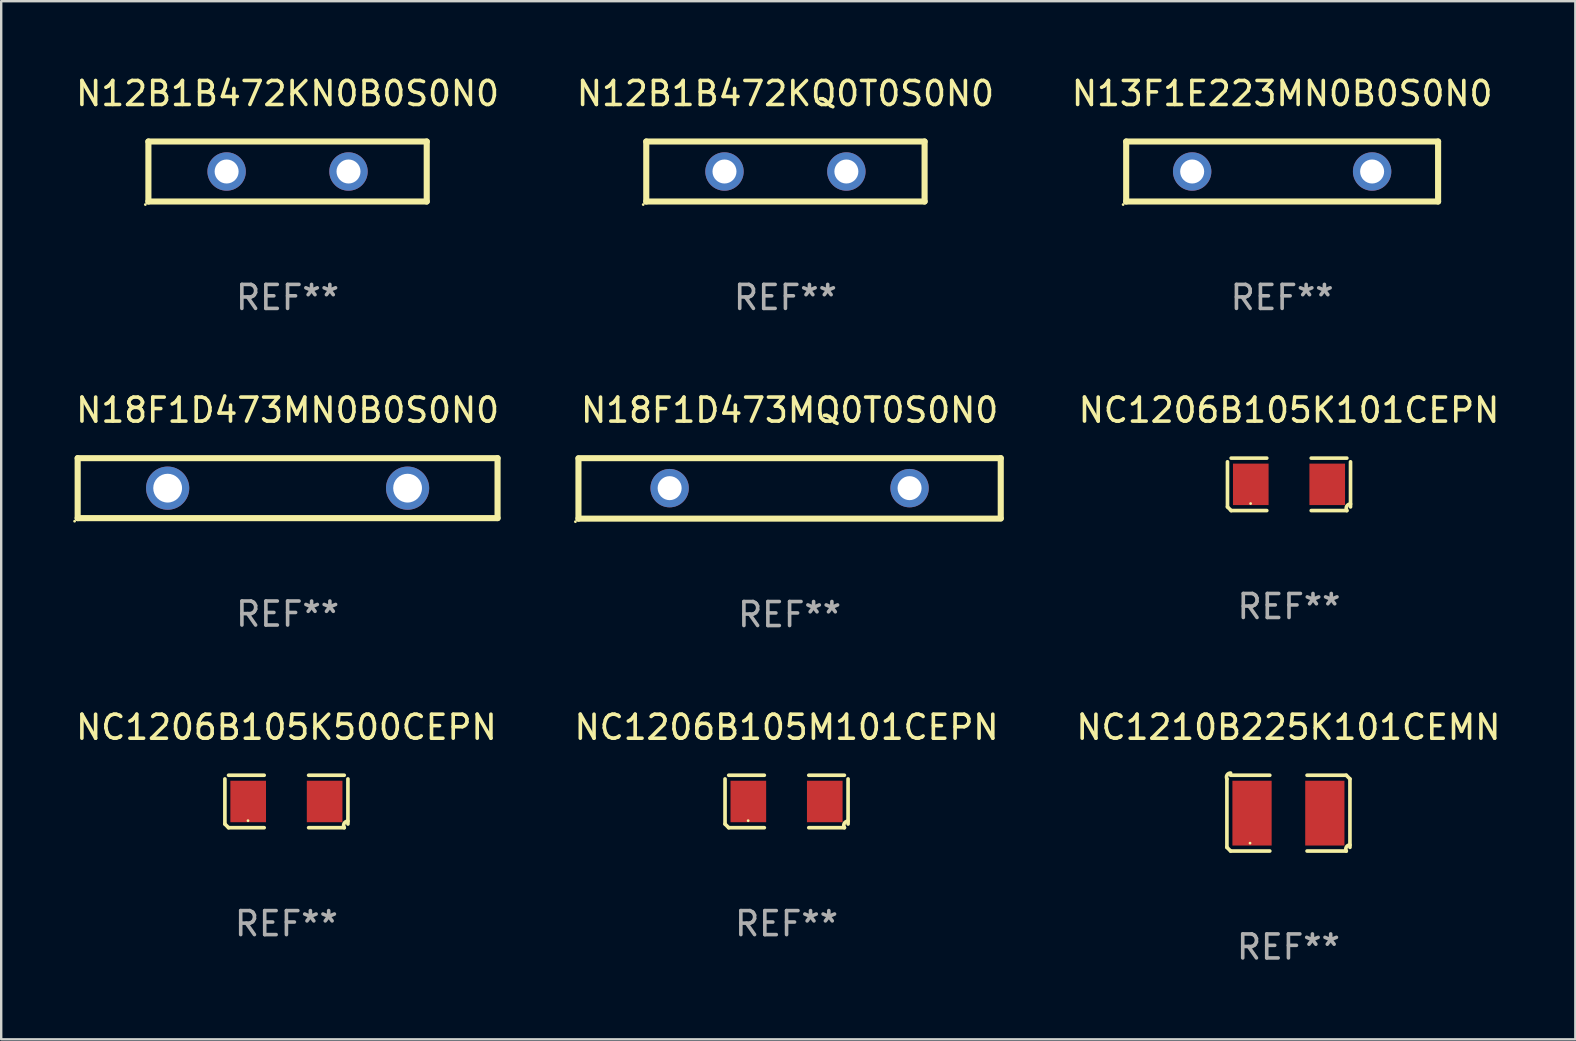
<source format=kicad_pcb>
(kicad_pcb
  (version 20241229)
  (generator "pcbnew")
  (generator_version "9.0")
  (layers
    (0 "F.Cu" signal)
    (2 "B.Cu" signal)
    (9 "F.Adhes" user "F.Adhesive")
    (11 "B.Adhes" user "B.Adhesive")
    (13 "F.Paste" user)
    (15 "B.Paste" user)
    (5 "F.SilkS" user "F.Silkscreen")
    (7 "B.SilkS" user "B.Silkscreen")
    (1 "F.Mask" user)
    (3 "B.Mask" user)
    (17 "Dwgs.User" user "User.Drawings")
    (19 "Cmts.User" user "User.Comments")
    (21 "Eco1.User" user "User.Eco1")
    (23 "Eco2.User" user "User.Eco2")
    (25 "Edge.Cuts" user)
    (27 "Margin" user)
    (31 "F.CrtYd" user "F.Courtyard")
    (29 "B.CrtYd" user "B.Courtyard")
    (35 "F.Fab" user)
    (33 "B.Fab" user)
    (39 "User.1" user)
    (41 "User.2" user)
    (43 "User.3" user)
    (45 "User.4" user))
  (footprint "NC1210B225K101CEMN"
    (layer "F.Cu")
    (at 50.649 30.84)
    (property "Reference" "NC1210B225K101CEMN" (at 0 -3.579 0) (layer "F.SilkS") (effects (font (size 1 1) (thickness 0.15))))
    (attr through_hole)
    (fp_line (start -2.564 1.426) (end -2.564 -1.426) (stroke (width 0.152) (type solid)) (layer "F.SilkS"))
    (fp_line (start -2.411 -1.579) (end -0.776 -1.579) (stroke (width 0.152) (type solid)) (layer "F.SilkS"))
    (fp_line (start -0.776 1.579) (end -2.411 1.579) (stroke (width 0.152) (type solid)) (layer "F.SilkS"))
    (fp_line (start 0.776 1.579) (end 2.411 1.579) (stroke (width 0.152) (type solid)) (layer "F.SilkS"))
    (fp_line (start 2.411 -1.579) (end 0.776 -1.579) (stroke (width 0.152) (type solid)) (layer "F.SilkS"))
    (fp_line (start 2.564 1.426) (end 2.564 -1.426) (stroke (width 0.152) (type solid)) (layer "F.SilkS"))
    (fp_arc (start -2.563602 -1.426213) (mid -2.555597 -1.591233) (end -2.411201 -1.671518) (stroke (width 0.1524) (type solid)) (layer "F.SilkS"))
    (fp_arc (start -2.5636 1.426214) (mid -2.487389 1.502402) (end -2.411201 1.578613) (stroke (width 0.1524) (type solid)) (layer "F.SilkS"))
    (fp_arc (start 2.411197 -1.578618) (mid 2.487403 -1.502419) (end 2.563602 -1.426213) (stroke (width 0.1524) (type solid)) (layer "F.SilkS"))
    (fp_arc (start 2.411201 1.578613) (mid 2.416214 1.409455) (end 2.563602 1.32629) (stroke (width 0.1524) (type solid)) (layer "F.SilkS"))
    (fp_circle (center -1.6 1.25) (end -1.57 1.25) (stroke (width 0.06) (type solid)) (fill no) (layer "F.SilkS"))
    (fp_text user "REF**" (at 0 5.579 0) (layer "F.Fab") (effects (font (size 1 1) (thickness 0.15))))
    (pad "1" smd rect (at -1.517 0) (size 1.635 2.7) (layers "F.Cu" "F.Mask" "F.Paste"))
    (pad "2" smd rect (at 1.517 0) (size 1.635 2.7) (layers "F.Cu" "F.Mask" "F.Paste")))
  (footprint "N18F1D473MQ0T0S0N0"
    (layer "F.Cu")
    (at 29.859 17.305)
    (property "Reference" "N18F1D473MQ0T0S0N0" (at 0 -3.26 0) (layer "F.SilkS") (effects (font (size 1 1) (thickness 0.15))))
    (attr through_hole)
    (fp_line (start -8.8 -1.26) (end 8.8 -1.26) (stroke (width 0.254) (type solid)) (layer "F.SilkS"))
    (fp_line (start -8.8 1.26) (end -8.8 -1.24) (stroke (width 0.254) (type solid)) (layer "F.SilkS"))
    (fp_line (start 8.8 -1.26) (end 8.8 1.24) (stroke (width 0.254) (type solid)) (layer "F.SilkS"))
    (fp_line (start 8.8 1.26) (end -8.8 1.26) (stroke (width 0.254) (type solid)) (layer "F.SilkS"))
    (fp_circle (center -8.927 1.387) (end -8.897 1.387) (stroke (width 0.06) (type solid)) (fill no) (layer "F.SilkS"))
    (fp_text user "REF**" (at 0 5.26 0) (layer "F.Fab") (effects (font (size 1 1) (thickness 0.15))))
    (pad "1" thru_hole circle (at -5 -0.01) (size 1.6 1.6) (drill 1) (layers "*.Cu" "*.Mask"))
    (pad "2" thru_hole circle (at 5 -0.01) (size 1.6 1.6) (drill 1) (layers "*.Cu" "*.Mask")))
  (footprint "N12B1B472KN0B0S0N0"
    (layer "F.Cu")
    (at 8.935 4.098)
    (property "Reference" "N12B1B472KN0B0S0N0" (at 0 -3.25 0) (layer "F.SilkS") (effects (font (size 1 1) (thickness 0.15))))
    (attr through_hole)
    (fp_line (start -5.8 -1.25) (end 5.8 -1.25) (stroke (width 0.254) (type solid)) (layer "F.SilkS"))
    (fp_line (start -5.8 1.25) (end -5.8 -1.25) (stroke (width 0.254) (type solid)) (layer "F.SilkS"))
    (fp_line (start 5.8 -1.25) (end 5.8 1.25) (stroke (width 0.254) (type solid)) (layer "F.SilkS"))
    (fp_line (start 5.8 1.25) (end -5.8 1.25) (stroke (width 0.254) (type solid)) (layer "F.SilkS"))
    (fp_circle (center -5.927 1.377) (end -5.897 1.377) (stroke (width 0.06) (type solid)) (fill no) (layer "F.SilkS"))
    (fp_text user "REF**" (at 0 5.25 0) (layer "F.Fab") (effects (font (size 1 1) (thickness 0.15))))
    (pad "1" thru_hole circle (at -2.54 0) (size 1.6 1.6) (drill 1) (layers "*.Cu" "*.Mask"))
    (pad "2" thru_hole circle (at 2.54 0) (size 1.6 1.6) (drill 1) (layers "*.Cu" "*.Mask")))
  (footprint "NC1206B105M101CEPN"
    (layer "F.Cu")
    (at 29.732 30.354)
    (property "Reference" "NC1206B105M101CEPN" (at 0 -3.093 0) (layer "F.SilkS") (effects (font (size 1 1) (thickness 0.15))))
    (attr through_hole)
    (fp_line (start -2.564 0.94) (end -2.564 -0.94) (stroke (width 0.152) (type solid)) (layer "F.SilkS"))
    (fp_line (start -2.411 -1.093) (end -0.926 -1.093) (stroke (width 0.152) (type solid)) (layer "F.SilkS"))
    (fp_line (start -0.926 1.093) (end -2.411 1.093) (stroke (width 0.152) (type solid)) (layer "F.SilkS"))
    (fp_line (start 0.926 1.093) (end 2.411 1.093) (stroke (width 0.152) (type solid)) (layer "F.SilkS"))
    (fp_line (start 2.411 -1.093) (end 0.926 -1.093) (stroke (width 0.152) (type solid)) (layer "F.SilkS"))
    (fp_line (start 2.564 0.94) (end 2.564 -0.94) (stroke (width 0.152) (type solid)) (layer "F.SilkS"))
    (fp_arc (start -2.411201 1.092609) (mid -2.487413 1.01642) (end -2.563602 0.940208) (stroke (width 0.1524) (type solid)) (layer "F.SilkS"))
    (fp_arc (start 2.411201 1.092609) (mid 2.407159 0.911226) (end 2.563602 0.819347) (stroke (width 0.1524) (type solid)) (layer "F.SilkS"))
    (fp_circle (center -1.6 0.8) (end -1.57 0.8) (stroke (width 0.06) (type solid)) (fill no) (layer "F.SilkS"))
    (fp_text user "REF**" (at 0 5.093 0) (layer "F.Fab") (effects (font (size 1 1) (thickness 0.15))))
    (pad "1" smd rect (at -1.593 0) (size 1.485 1.728) (layers "F.Cu" "F.Mask" "F.Paste"))
    (pad "2" smd rect (at 1.593 0) (size 1.485 1.728) (layers "F.Cu" "F.Mask" "F.Paste")))
  (footprint "N13F1E223MN0B0S0N0"
    (layer "F.Cu")
    (at 50.387 4.098)
    (property "Reference" "N13F1E223MN0B0S0N0" (at 0 -3.25 0) (layer "F.SilkS") (effects (font (size 1 1) (thickness 0.15))))
    (attr through_hole)
    (fp_line (start -6.5 -1.25) (end 6.5 -1.25) (stroke (width 0.254) (type solid)) (layer "F.SilkS"))
    (fp_line (start -6.5 1.25) (end -6.5 -1.25) (stroke (width 0.254) (type solid)) (layer "F.SilkS"))
    (fp_line (start 6.5 -1.25) (end 6.5 1.25) (stroke (width 0.254) (type solid)) (layer "F.SilkS"))
    (fp_line (start 6.5 1.25) (end -6.5 1.25) (stroke (width 0.254) (type solid)) (layer "F.SilkS"))
    (fp_circle (center -6.627 1.377) (end -6.597 1.377) (stroke (width 0.06) (type solid)) (fill no) (layer "F.SilkS"))
    (fp_text user "REF**" (at 0 5.25 0) (layer "F.Fab") (effects (font (size 1 1) (thickness 0.15))))
    (pad "1" thru_hole circle (at -3.75 -0.000013) (size 1.6 1.6) (drill 1) (layers "*.Cu" "*.Mask"))
    (pad "2" thru_hole circle (at 3.75 -0.000013) (size 1.6 1.6) (drill 1) (layers "*.Cu" "*.Mask")))
  (footprint "N18F1D473MN0B0S0N0"
    (layer "F.Cu")
    (at 8.937 17.295)
    (property "Reference" "N18F1D473MN0B0S0N0" (at 0 -3.25 0) (layer "F.SilkS") (effects (font (size 1 1) (thickness 0.15))))
    (attr through_hole)
    (fp_line (start -8.75 -1.25) (end -8.75 1.25) (stroke (width 0.254) (type solid)) (layer "F.SilkS"))
    (fp_line (start -8.75 -1.25) (end 8.75 -1.25) (stroke (width 0.254) (type solid)) (layer "F.SilkS"))
    (fp_line (start 8.75 -1.25) (end 8.75 1.25) (stroke (width 0.254) (type solid)) (layer "F.SilkS"))
    (fp_line (start 8.75 1.25) (end -8.75 1.25) (stroke (width 0.254) (type solid)) (layer "F.SilkS"))
    (fp_circle (center -8.877 1.377) (end -8.847 1.377) (stroke (width 0.06) (type solid)) (fill no) (layer "F.SilkS"))
    (fp_text user "REF**" (at 0 5.25 0) (layer "F.Fab") (effects (font (size 1 1) (thickness 0.15))))
    (pad "1" thru_hole circle (at -5 -0.000038) (size 1.8 1.8) (drill 1.2) (layers "*.Cu" "*.Mask"))
    (pad "2" thru_hole circle (at 5 -0.000038) (size 1.8 1.8) (drill 1.2) (layers "*.Cu" "*.Mask")))
  (footprint "NC1206B105K101CEPN"
    (layer "F.Cu")
    (at 50.673 17.137)
    (property "Reference" "NC1206B105K101CEPN" (at 0 -3.093 0) (layer "F.SilkS") (effects (font (size 1 1) (thickness 0.15))))
    (attr through_hole)
    (fp_line (start -2.564 0.94) (end -2.564 -0.94) (stroke (width 0.152) (type solid)) (layer "F.SilkS"))
    (fp_line (start -2.411 -1.093) (end -0.926 -1.093) (stroke (width 0.152) (type solid)) (layer "F.SilkS"))
    (fp_line (start -0.926 1.093) (end -2.411 1.093) (stroke (width 0.152) (type solid)) (layer "F.SilkS"))
    (fp_line (start 0.926 1.093) (end 2.411 1.093) (stroke (width 0.152) (type solid)) (layer "F.SilkS"))
    (fp_line (start 2.411 -1.093) (end 0.926 -1.093) (stroke (width 0.152) (type solid)) (layer "F.SilkS"))
    (fp_line (start 2.564 0.94) (end 2.564 -0.94) (stroke (width 0.152) (type solid)) (layer "F.SilkS"))
    (fp_arc (start -2.411201 1.092609) (mid -2.487413 1.01642) (end -2.563602 0.940208) (stroke (width 0.1524) (type solid)) (layer "F.SilkS"))
    (fp_arc (start 2.411201 1.092609) (mid 2.407159 0.911226) (end 2.563602 0.819347) (stroke (width 0.1524) (type solid)) (layer "F.SilkS"))
    (fp_circle (center -1.6 0.8) (end -1.57 0.8) (stroke (width 0.06) (type solid)) (fill no) (layer "F.SilkS"))
    (fp_text user "REF**" (at 0 5.093 0) (layer "F.Fab") (effects (font (size 1 1) (thickness 0.15))))
    (pad "1" smd rect (at -1.593 0) (size 1.485 1.728) (layers "F.Cu" "F.Mask" "F.Paste"))
    (pad "2" smd rect (at 1.593 0) (size 1.485 1.728) (layers "F.Cu" "F.Mask" "F.Paste")))
  (footprint "N12B1B472KQ0T0S0N0"
    (layer "F.Cu")
    (at 29.685 4.098)
    (property "Reference" "N12B1B472KQ0T0S0N0" (at 0 -3.25 0) (layer "F.SilkS") (effects (font (size 1 1) (thickness 0.15))))
    (attr through_hole)
    (fp_line (start -5.8 -1.25) (end 5.8 -1.25) (stroke (width 0.254) (type solid)) (layer "F.SilkS"))
    (fp_line (start -5.8 1.25) (end -5.8 -1.25) (stroke (width 0.254) (type solid)) (layer "F.SilkS"))
    (fp_line (start 5.8 -1.25) (end 5.8 1.25) (stroke (width 0.254) (type solid)) (layer "F.SilkS"))
    (fp_line (start 5.8 1.25) (end -5.8 1.25) (stroke (width 0.254) (type solid)) (layer "F.SilkS"))
    (fp_circle (center -5.927 1.377) (end -5.897 1.377) (stroke (width 0.06) (type solid)) (fill no) (layer "F.SilkS"))
    (fp_text user "REF**" (at 0 5.25 0) (layer "F.Fab") (effects (font (size 1 1) (thickness 0.15))))
    (pad "1" thru_hole circle (at -2.54 0) (size 1.6 1.6) (drill 1) (layers "*.Cu" "*.Mask"))
    (pad "2" thru_hole circle (at 2.54 0) (size 1.6 1.6) (drill 1) (layers "*.Cu" "*.Mask")))
  (footprint "NC1206B105K500CEPN"
    (layer "F.Cu")
    (at 8.887 30.354)
    (property "Reference" "NC1206B105K500CEPN" (at 0 -3.093 0) (layer "F.SilkS") (effects (font (size 1 1) (thickness 0.15))))
    (attr through_hole)
    (fp_line (start -2.564 0.94) (end -2.564 -0.94) (stroke (width 0.152) (type solid)) (layer "F.SilkS"))
    (fp_line (start -2.411 -1.093) (end -0.926 -1.093) (stroke (width 0.152) (type solid)) (layer "F.SilkS"))
    (fp_line (start -0.926 1.093) (end -2.411 1.093) (stroke (width 0.152) (type solid)) (layer "F.SilkS"))
    (fp_line (start 0.926 1.093) (end 2.411 1.093) (stroke (width 0.152) (type solid)) (layer "F.SilkS"))
    (fp_line (start 2.411 -1.093) (end 0.926 -1.093) (stroke (width 0.152) (type solid)) (layer "F.SilkS"))
    (fp_line (start 2.564 0.94) (end 2.564 -0.94) (stroke (width 0.152) (type solid)) (layer "F.SilkS"))
    (fp_arc (start -2.411201 1.092609) (mid -2.487413 1.01642) (end -2.563602 0.940208) (stroke (width 0.1524) (type solid)) (layer "F.SilkS"))
    (fp_arc (start 2.411201 1.092609) (mid 2.407159 0.911226) (end 2.563602 0.819347) (stroke (width 0.1524) (type solid)) (layer "F.SilkS"))
    (fp_circle (center -1.6 0.8) (end -1.57 0.8) (stroke (width 0.06) (type solid)) (fill no) (layer "F.SilkS"))
    (fp_text user "REF**" (at 0 5.093 0) (layer "F.Fab") (effects (font (size 1 1) (thickness 0.15))))
    (pad "1" smd rect (at -1.593 0) (size 1.485 1.728) (layers "F.Cu" "F.Mask" "F.Paste"))
    (pad "2" smd rect (at 1.593 0) (size 1.485 1.728) (layers "F.Cu" "F.Mask" "F.Paste")))
  (gr_rect
    (start -3 -3)
    (end 62.607 40.267)
    (stroke (width 0.1) (type default))
    (fill no)
    (layer "Edge.Cuts")))
</source>
